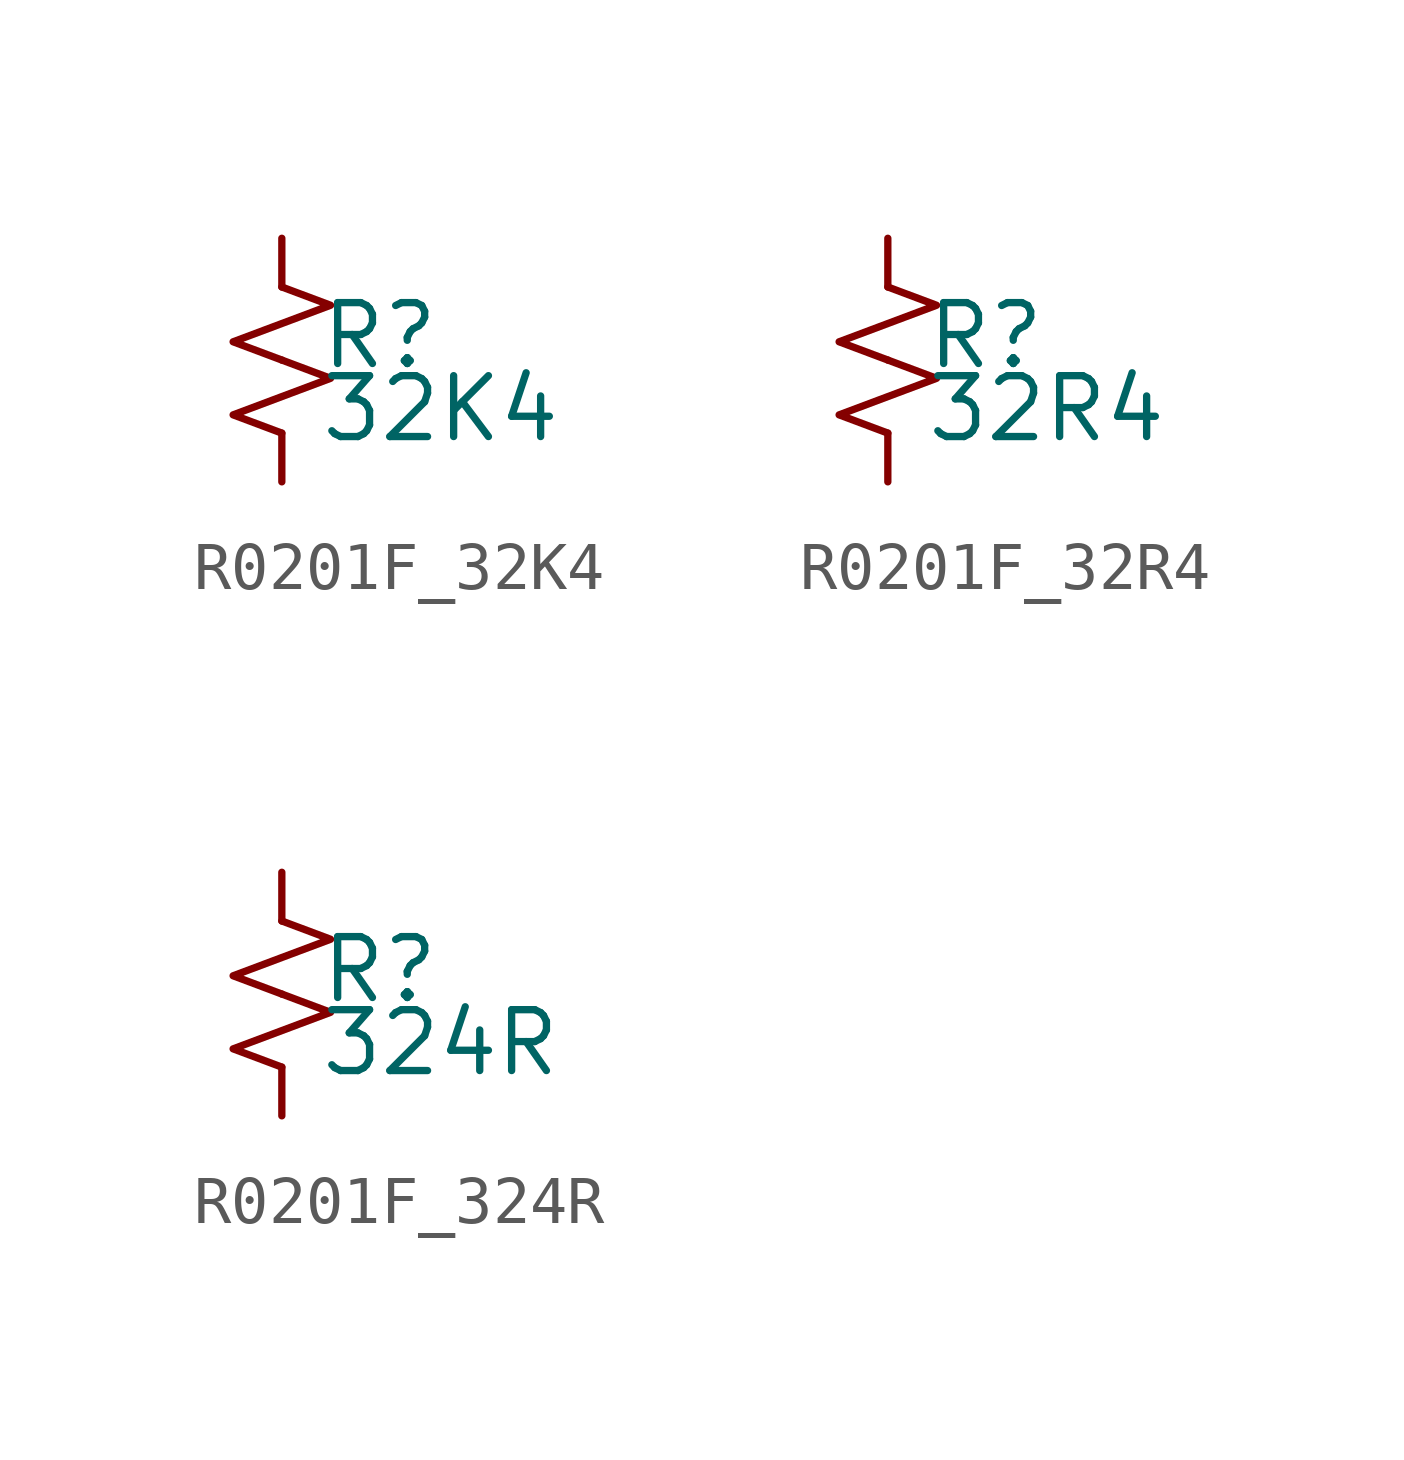
<source format=kicad_sym>
(kicad_symbol_lib
  (version 20220914)
  (generator kicad_symbol_editor)
  (symbol "R0201F_32K4"
    (pin_numbers hide)
    (pin_names
      (offset 0.254) hide)
    (property "Reference" "R"
      (at 0.762 0.508 0)
      (effects (font (size 1.27 1.27)) (justify left)))
    (property "Value" "32K4"
      (at 0.762 -1.016 0)
      (effects (font (size 1.27 1.27)) (justify left)))
    (symbol "R0201F_32K4_1_1"
      (polyline (pts (xy 0 0) (xy 1.016 -0.381) (xy 0 -0.762) (xy -1.016 -1.143) (xy 0 -1.524)) (stroke (width 0) (type default)) (fill (type none)))
      (polyline (pts (xy 0 1.524) (xy 1.016 1.143) (xy 0 0.762) (xy -1.016 0.381) (xy 0 0)) (stroke (width 0) (type default)) (fill (type none)))
      (pin passive line (at 0 2.54 270) (length 1.016) (name "~" (effects (font (size 1.27 1.27)))) (number "1" (effects (font (size 1.27 1.27)))))
      (pin passive line (at 0 -2.54 90) (length 1.016) (name "~" (effects (font (size 1.27 1.27)))) (number "2" (effects (font (size 1.27 1.27)))))))
  (symbol "R0201F_32R4"
    (pin_numbers hide)
    (pin_names
      (offset 0.254) hide)
    (property "Reference" "R"
      (at 0.762 0.508 0)
      (effects (font (size 1.27 1.27)) (justify left)))
    (property "Value" "32R4"
      (at 0.762 -1.016 0)
      (effects (font (size 1.27 1.27)) (justify left)))
    (symbol "R0201F_32R4_1_1"
      (polyline (pts (xy 0 0) (xy 1.016 -0.381) (xy 0 -0.762) (xy -1.016 -1.143) (xy 0 -1.524)) (stroke (width 0) (type default)) (fill (type none)))
      (polyline (pts (xy 0 1.524) (xy 1.016 1.143) (xy 0 0.762) (xy -1.016 0.381) (xy 0 0)) (stroke (width 0) (type default)) (fill (type none)))
      (pin passive line (at 0 2.54 270) (length 1.016) (name "~" (effects (font (size 1.27 1.27)))) (number "1" (effects (font (size 1.27 1.27)))))
      (pin passive line (at 0 -2.54 90) (length 1.016) (name "~" (effects (font (size 1.27 1.27)))) (number "2" (effects (font (size 1.27 1.27)))))))
  (symbol "R0201F_324R"
    (pin_numbers hide)
    (pin_names
      (offset 0.254) hide)
    (property "Reference" "R"
      (at 0.762 0.508 0)
      (effects (font (size 1.27 1.27)) (justify left)))
    (property "Value" "324R"
      (at 0.762 -1.016 0)
      (effects (font (size 1.27 1.27)) (justify left)))
    (symbol "R0201F_324R_1_1"
      (polyline (pts (xy 0 0) (xy 1.016 -0.381) (xy 0 -0.762) (xy -1.016 -1.143) (xy 0 -1.524)) (stroke (width 0) (type default)) (fill (type none)))
      (polyline (pts (xy 0 1.524) (xy 1.016 1.143) (xy 0 0.762) (xy -1.016 0.381) (xy 0 0)) (stroke (width 0) (type default)) (fill (type none)))
      (pin passive line (at 0 2.54 270) (length 1.016) (name "~" (effects (font (size 1.27 1.27)))) (number "1" (effects (font (size 1.27 1.27)))))
      (pin passive line (at 0 -2.54 90) (length 1.016) (name "~" (effects (font (size 1.27 1.27)))) (number "2" (effects (font (size 1.27 1.27))))))))
</source>
